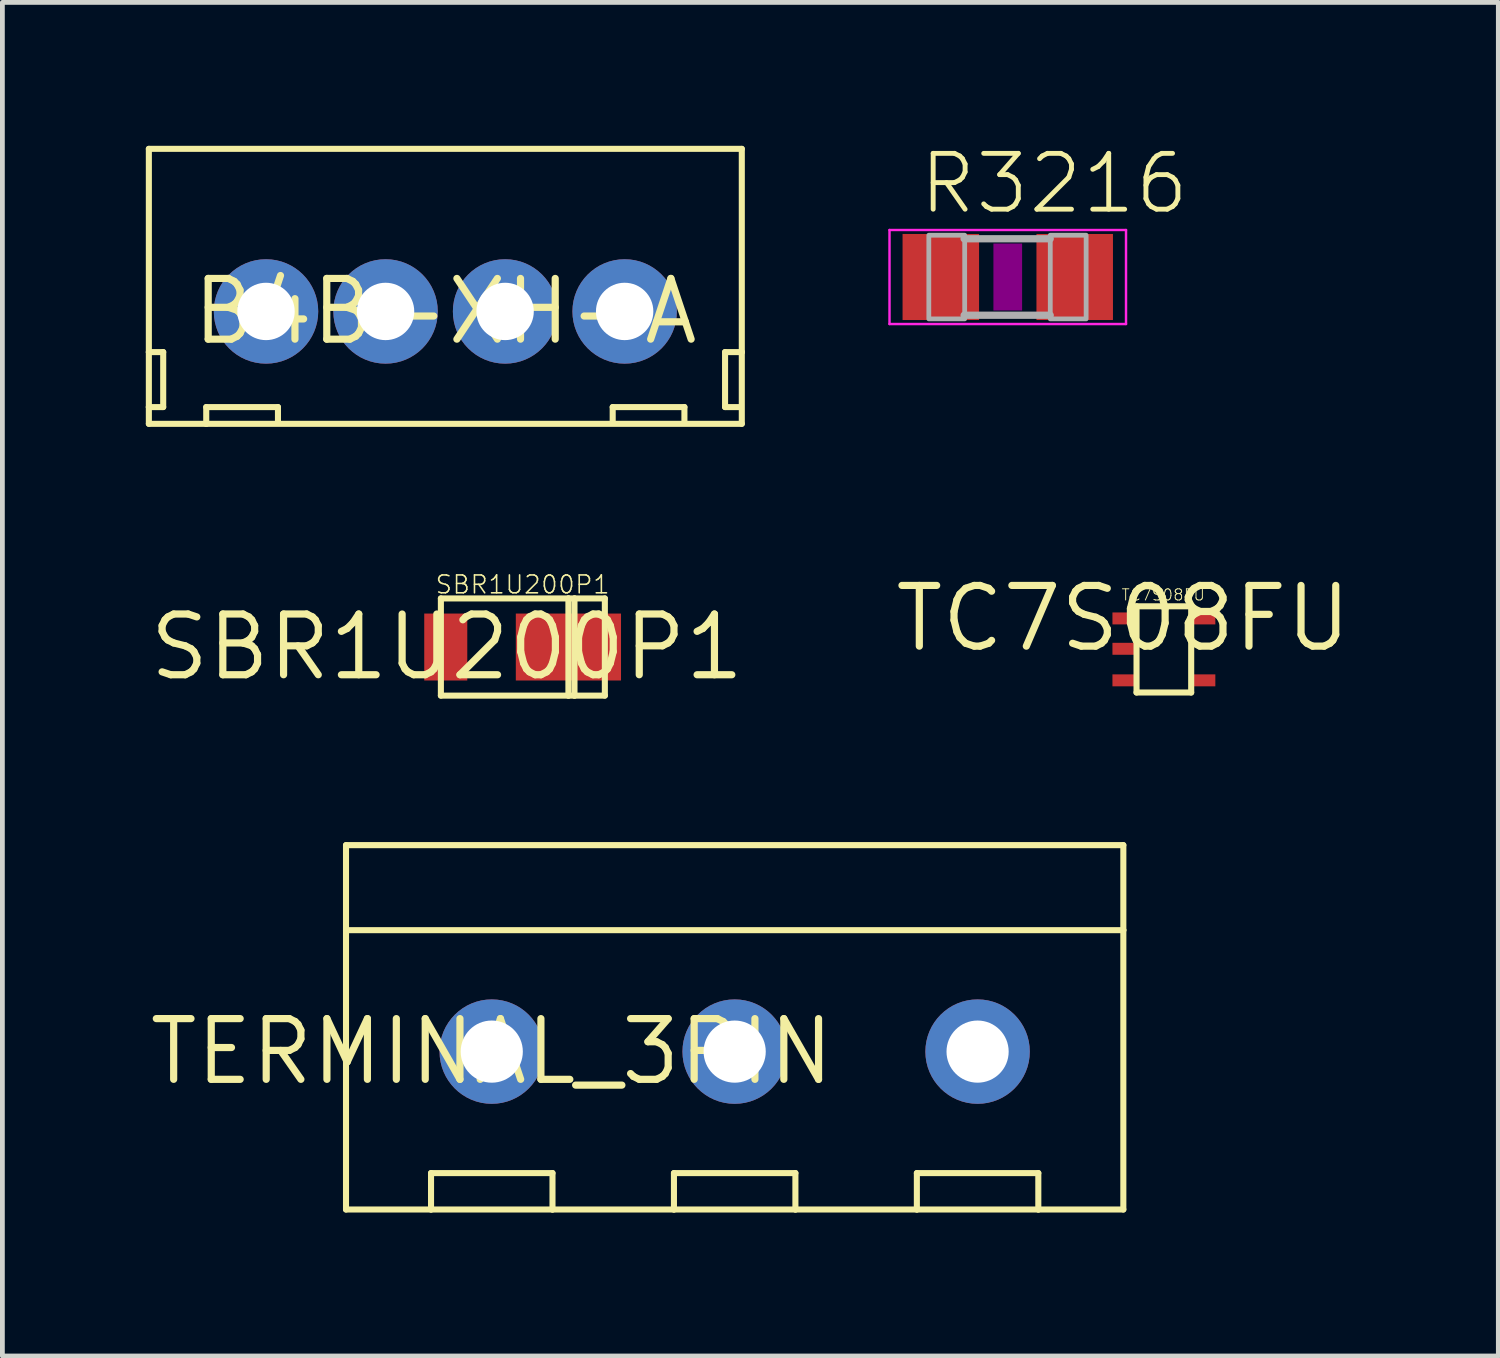
<source format=kicad_pcb>
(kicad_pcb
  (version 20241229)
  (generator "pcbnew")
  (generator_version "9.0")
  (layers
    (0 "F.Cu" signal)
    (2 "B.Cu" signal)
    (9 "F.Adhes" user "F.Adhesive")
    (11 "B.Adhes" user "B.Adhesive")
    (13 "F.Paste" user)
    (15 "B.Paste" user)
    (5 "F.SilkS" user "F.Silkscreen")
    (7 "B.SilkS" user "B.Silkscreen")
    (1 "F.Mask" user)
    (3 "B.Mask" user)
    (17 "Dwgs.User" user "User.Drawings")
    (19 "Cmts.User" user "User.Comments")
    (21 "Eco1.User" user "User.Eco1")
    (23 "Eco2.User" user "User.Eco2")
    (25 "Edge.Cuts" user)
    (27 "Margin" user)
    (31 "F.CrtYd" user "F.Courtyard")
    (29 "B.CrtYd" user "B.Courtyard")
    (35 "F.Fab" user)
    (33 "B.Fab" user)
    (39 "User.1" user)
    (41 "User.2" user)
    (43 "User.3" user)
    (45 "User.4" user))
  (footprint "TERMINAL_3PIN"
    (layer "F.Cu")
    (at 7.234 18.942)
    (property "Reference" "TERMINAL_3PIN" (at 0 0 0) (layer "F.SilkS") (effects (font (size 1.27 1.27) (thickness 0.15))))
    (fp_line (start -3.048 -4.318) (end -3.048 -2.54) (stroke (width 0.127) (type solid)) (layer "F.SilkS"))
    (fp_line (start -3.048 -2.54) (end -3.048 3.302) (stroke (width 0.127) (type solid)) (layer "F.SilkS"))
    (fp_line (start -3.048 -2.54) (end 13.208 -2.54) (stroke (width 0.127) (type solid)) (layer "F.SilkS"))
    (fp_line (start -3.048 3.302) (end -1.27 3.302) (stroke (width 0.127) (type solid)) (layer "F.SilkS"))
    (fp_line (start -1.27 2.54) (end 1.27 2.54) (stroke (width 0.127) (type solid)) (layer "F.SilkS"))
    (fp_line (start -1.27 3.302) (end -1.27 2.54) (stroke (width 0.127) (type solid)) (layer "F.SilkS"))
    (fp_line (start -1.27 3.302) (end 1.27 3.302) (stroke (width 0.127) (type solid)) (layer "F.SilkS"))
    (fp_line (start 1.27 2.54) (end 1.27 3.302) (stroke (width 0.127) (type solid)) (layer "F.SilkS"))
    (fp_line (start 1.27 3.302) (end 3.81 3.302) (stroke (width 0.127) (type solid)) (layer "F.SilkS"))
    (fp_line (start 3.81 2.54) (end 6.35 2.54) (stroke (width 0.127) (type solid)) (layer "F.SilkS"))
    (fp_line (start 3.81 3.302) (end 3.81 2.54) (stroke (width 0.127) (type solid)) (layer "F.SilkS"))
    (fp_line (start 3.81 3.302) (end 6.35 3.302) (stroke (width 0.127) (type solid)) (layer "F.SilkS"))
    (fp_line (start 6.35 2.54) (end 6.35 3.302) (stroke (width 0.127) (type solid)) (layer "F.SilkS"))
    (fp_line (start 6.35 3.302) (end 8.89 3.302) (stroke (width 0.127) (type solid)) (layer "F.SilkS"))
    (fp_line (start 8.89 2.54) (end 11.43 2.54) (stroke (width 0.127) (type solid)) (layer "F.SilkS"))
    (fp_line (start 8.89 3.302) (end 8.89 2.54) (stroke (width 0.127) (type solid)) (layer "F.SilkS"))
    (fp_line (start 8.89 3.302) (end 11.43 3.302) (stroke (width 0.127) (type solid)) (layer "F.SilkS"))
    (fp_line (start 11.43 2.54) (end 11.43 3.302) (stroke (width 0.127) (type solid)) (layer "F.SilkS"))
    (fp_line (start 11.43 3.302) (end 13.208 3.302) (stroke (width 0.127) (type solid)) (layer "F.SilkS"))
    (fp_line (start 13.208 -4.318) (end -3.048 -4.318) (stroke (width 0.127) (type solid)) (layer "F.SilkS"))
    (fp_line (start 13.208 -2.54) (end 13.208 -4.318) (stroke (width 0.127) (type solid)) (layer "F.SilkS"))
    (fp_line (start 13.208 3.302) (end 13.208 -2.54) (stroke (width 0.127) (type solid)) (layer "F.SilkS"))
    (pad "1" thru_hole circle (at 0 0) (size 2.184 2.184) (drill 1.3) (layers "*.Cu" "*.Mask"))
    (pad "2" thru_hole circle (at 5.08 0) (size 2.184 2.184) (drill 1.3) (layers "*.Cu" "*.Mask"))
    (pad "3" thru_hole circle (at 10.16 0) (size 2.184 2.184) (drill 1.3) (layers "*.Cu" "*.Mask")))
  (footprint "R3216"
    (layer "F.Cu")
    (at 18.025 2.743)
    (property "Reference" "R3216" (at -1.905 -1.27 0) (layer "F.SilkS") (effects (font (size 1.168 1.168) (thickness 0.102)) (justify left bottom)))
    (fp_poly (pts (xy -0.3 0.7) (xy 0.3 0.7) (xy 0.3 -0.7) (xy -0.3 -0.7)) (stroke (width 0) (type solid)) (fill yes) (layer "F.Adhes"))
    (fp_line (start -2.473 -0.983) (end 2.473 -0.983) (stroke (width 0.051) (type solid)) (layer "F.CrtYd"))
    (fp_line (start -2.473 0.983) (end -2.473 -0.983) (stroke (width 0.051) (type solid)) (layer "F.CrtYd"))
    (fp_line (start 2.473 -0.983) (end 2.473 0.983) (stroke (width 0.051) (type solid)) (layer "F.CrtYd"))
    (fp_line (start 2.473 0.983) (end -2.473 0.983) (stroke (width 0.051) (type solid)) (layer "F.CrtYd"))
    (fp_line (start -0.913 -0.8) (end 0.888 -0.8) (stroke (width 0.152) (type solid)) (layer "F.Fab"))
    (fp_line (start -0.913 0.8) (end 0.888 0.8) (stroke (width 0.152) (type solid)) (layer "F.Fab"))
    (fp_poly (pts (xy -1.651 0.876) (xy -0.901 0.876) (xy -0.901 -0.874) (xy -1.651 -0.874)) (stroke (width 0.1) (type solid)) (fill no) (layer "F.Fab"))
    (fp_poly (pts (xy 0.889 0.876) (xy 1.639 0.876) (xy 1.639 -0.874) (xy 0.889 -0.874)) (stroke (width 0.1) (type solid)) (fill no) (layer "F.Fab"))
    (pad "1" smd rect (at -1.4 0) (size 1.6 1.8) (layers "F.Cu" "F.Mask" "F.Paste"))
    (pad "2" smd rect (at 1.4 0) (size 1.6 1.8) (layers "F.Cu" "F.Mask" "F.Paste")))
  (footprint "B4B-XH-A"
    (layer "F.Cu")
    (at 6.263 3.463)
    (property "Reference" "B4B-XH-A" (at 0 0 0) (layer "F.SilkS") (effects (font (size 1.27 1.27) (thickness 0.15))))
    (fp_line (start -6.2 -3.4) (end 6.2 -3.4) (stroke (width 0.127) (type solid)) (layer "F.SilkS"))
    (fp_line (start -6.2 0.85) (end -6.2 -3.4) (stroke (width 0.127) (type solid)) (layer "F.SilkS"))
    (fp_line (start -6.2 0.85) (end -5.9 0.85) (stroke (width 0.127) (type solid)) (layer "F.SilkS"))
    (fp_line (start -6.2 2) (end -6.2 0.85) (stroke (width 0.127) (type solid)) (layer "F.SilkS"))
    (fp_line (start -6.2 2.35) (end -6.2 2) (stroke (width 0.127) (type solid)) (layer "F.SilkS"))
    (fp_line (start -6.2 2.35) (end -5 2.35) (stroke (width 0.127) (type solid)) (layer "F.SilkS"))
    (fp_line (start -5.9 0.85) (end -5.9 2) (stroke (width 0.127) (type solid)) (layer "F.SilkS"))
    (fp_line (start -5.9 2) (end -6.2 2) (stroke (width 0.127) (type solid)) (layer "F.SilkS"))
    (fp_line (start -5 2) (end -3.5 2) (stroke (width 0.127) (type solid)) (layer "F.SilkS"))
    (fp_line (start -5 2.35) (end -5 2) (stroke (width 0.127) (type solid)) (layer "F.SilkS"))
    (fp_line (start -5 2.35) (end 6.2 2.35) (stroke (width 0.127) (type solid)) (layer "F.SilkS"))
    (fp_line (start -3.5 2) (end -3.5 2.3) (stroke (width 0.127) (type solid)) (layer "F.SilkS"))
    (fp_line (start 3.5 2) (end 5 2) (stroke (width 0.127) (type solid)) (layer "F.SilkS"))
    (fp_line (start 3.5 2.3) (end 3.5 2) (stroke (width 0.127) (type solid)) (layer "F.SilkS"))
    (fp_line (start 5 2) (end 5 2.3) (stroke (width 0.127) (type solid)) (layer "F.SilkS"))
    (fp_line (start 5.85 0.85) (end 5.85 2) (stroke (width 0.127) (type solid)) (layer "F.SilkS"))
    (fp_line (start 5.85 2) (end 6.15 2) (stroke (width 0.127) (type solid)) (layer "F.SilkS"))
    (fp_line (start 6.2 -3.4) (end 6.2 0.85) (stroke (width 0.127) (type solid)) (layer "F.SilkS"))
    (fp_line (start 6.2 0.85) (end 5.85 0.85) (stroke (width 0.127) (type solid)) (layer "F.SilkS"))
    (fp_line (start 6.2 0.85) (end 6.2 2.35) (stroke (width 0.127) (type solid)) (layer "F.SilkS"))
    (pad "1" thru_hole circle (at -3.75 0 90) (size 2.184 2.184) (drill 1.2) (layers "*.Cu" "*.Mask"))
    (pad "2" thru_hole circle (at -1.25 0 90) (size 2.184 2.184) (drill 1.2) (layers "*.Cu" "*.Mask"))
    (pad "3" thru_hole circle (at 1.25 0 90) (size 2.184 2.184) (drill 1.2) (layers "*.Cu" "*.Mask"))
    (pad "4" thru_hole circle (at 3.75 0 90) (size 2.184 2.184) (drill 1.2) (layers "*.Cu" "*.Mask")))
  (footprint "SBR1U200P1"
    (layer "F.Cu")
    (at 6.297 10.481)
    (property "Reference" "SBR1U200P1" (at 0 0 0) (layer "F.SilkS") (effects (font (size 1.27 1.27) (thickness 0.15))))
    (fp_line (start -0.127 -1.016) (end -0.127 1.016) (stroke (width 0.127) (type solid)) (layer "F.SilkS"))
    (fp_line (start -0.127 1.016) (end 2.54 1.016) (stroke (width 0.127) (type solid)) (layer "F.SilkS"))
    (fp_line (start 2.54 -1.016) (end -0.127 -1.016) (stroke (width 0.127) (type solid)) (layer "F.SilkS"))
    (fp_line (start 2.54 -1.016) (end 2.54 1.016) (stroke (width 0.127) (type solid)) (layer "F.SilkS"))
    (fp_line (start 2.54 1.016) (end 2.667 1.016) (stroke (width 0.127) (type solid)) (layer "F.SilkS"))
    (fp_line (start 2.667 -1.016) (end 2.54 -1.016) (stroke (width 0.127) (type solid)) (layer "F.SilkS"))
    (fp_line (start 2.667 -1.016) (end 2.667 1.016) (stroke (width 0.127) (type solid)) (layer "F.SilkS"))
    (fp_line (start 2.667 1.016) (end 3.302 1.016) (stroke (width 0.127) (type solid)) (layer "F.SilkS"))
    (fp_line (start 3.302 -1.016) (end 2.667 -1.016) (stroke (width 0.127) (type solid)) (layer "F.SilkS"))
    (fp_line (start 3.302 1.016) (end 3.302 -1.016) (stroke (width 0.127) (type solid)) (layer "F.SilkS"))
    (fp_text user "SBR1U200P1" (at 3.429 -1.524 0) (layer "F.SilkS") (effects (font (size 0.374 0.374) (thickness 0.033)) (justify right top)))
    (pad "A" smd rect (at -0.025 0 180) (size 0.9 1.4) (layers "F.Cu" "F.Mask" "F.Paste"))
    (pad "K" smd rect (at 2.54 0 180) (size 2.2 1.4) (layers "F.Cu" "F.Mask" "F.Paste")))
  (footprint "TC7S08FU"
    (layer "F.Cu")
    (at 20.439 9.883)
    (property "Reference" "TC7S08FU" (at 0 0 0) (layer "F.SilkS") (effects (font (size 1.27 1.27) (thickness 0.15))))
    (fp_line (start 0.279 -0.254) (end 0.279 1.549) (stroke (width 0.127) (type solid)) (layer "F.SilkS"))
    (fp_line (start 0.279 1.549) (end 1.422 1.549) (stroke (width 0.127) (type solid)) (layer "F.SilkS"))
    (fp_line (start 1.422 -0.254) (end 0.279 -0.254) (stroke (width 0.127) (type solid)) (layer "F.SilkS"))
    (fp_line (start 1.422 1.549) (end 1.422 -0.254) (stroke (width 0.127) (type solid)) (layer "F.SilkS"))
    (fp_text user "TC7S08FU" (at -0.051 -0.356 0) (layer "F.SilkS") (effects (font (size 0.234 0.234) (thickness 0.02)) (justify left bottom)))
    (pad "GND" smd rect (at 0 1.295) (size 0.45 0.25) (layers "F.Cu" "F.Mask" "F.Paste"))
    (pad "INA" smd rect (at 0 0.635) (size 0.45 0.25) (layers "F.Cu" "F.Mask" "F.Paste"))
    (pad "INB" smd rect (at 0 0) (size 0.45 0.25) (layers "F.Cu" "F.Mask" "F.Paste"))
    (pad "OUT" smd rect (at 1.702 1.295) (size 0.45 0.25) (layers "F.Cu" "F.Mask" "F.Paste"))
    (pad "VCC" smd rect (at 1.702 0) (size 0.45 0.25) (layers "F.Cu" "F.Mask" "F.Paste")))
  (gr_rect
    (start -3 -3)
    (end 28.284 25.308)
    (stroke (width 0.1) (type default))
    (fill no)
    (layer "Edge.Cuts")))
</source>
